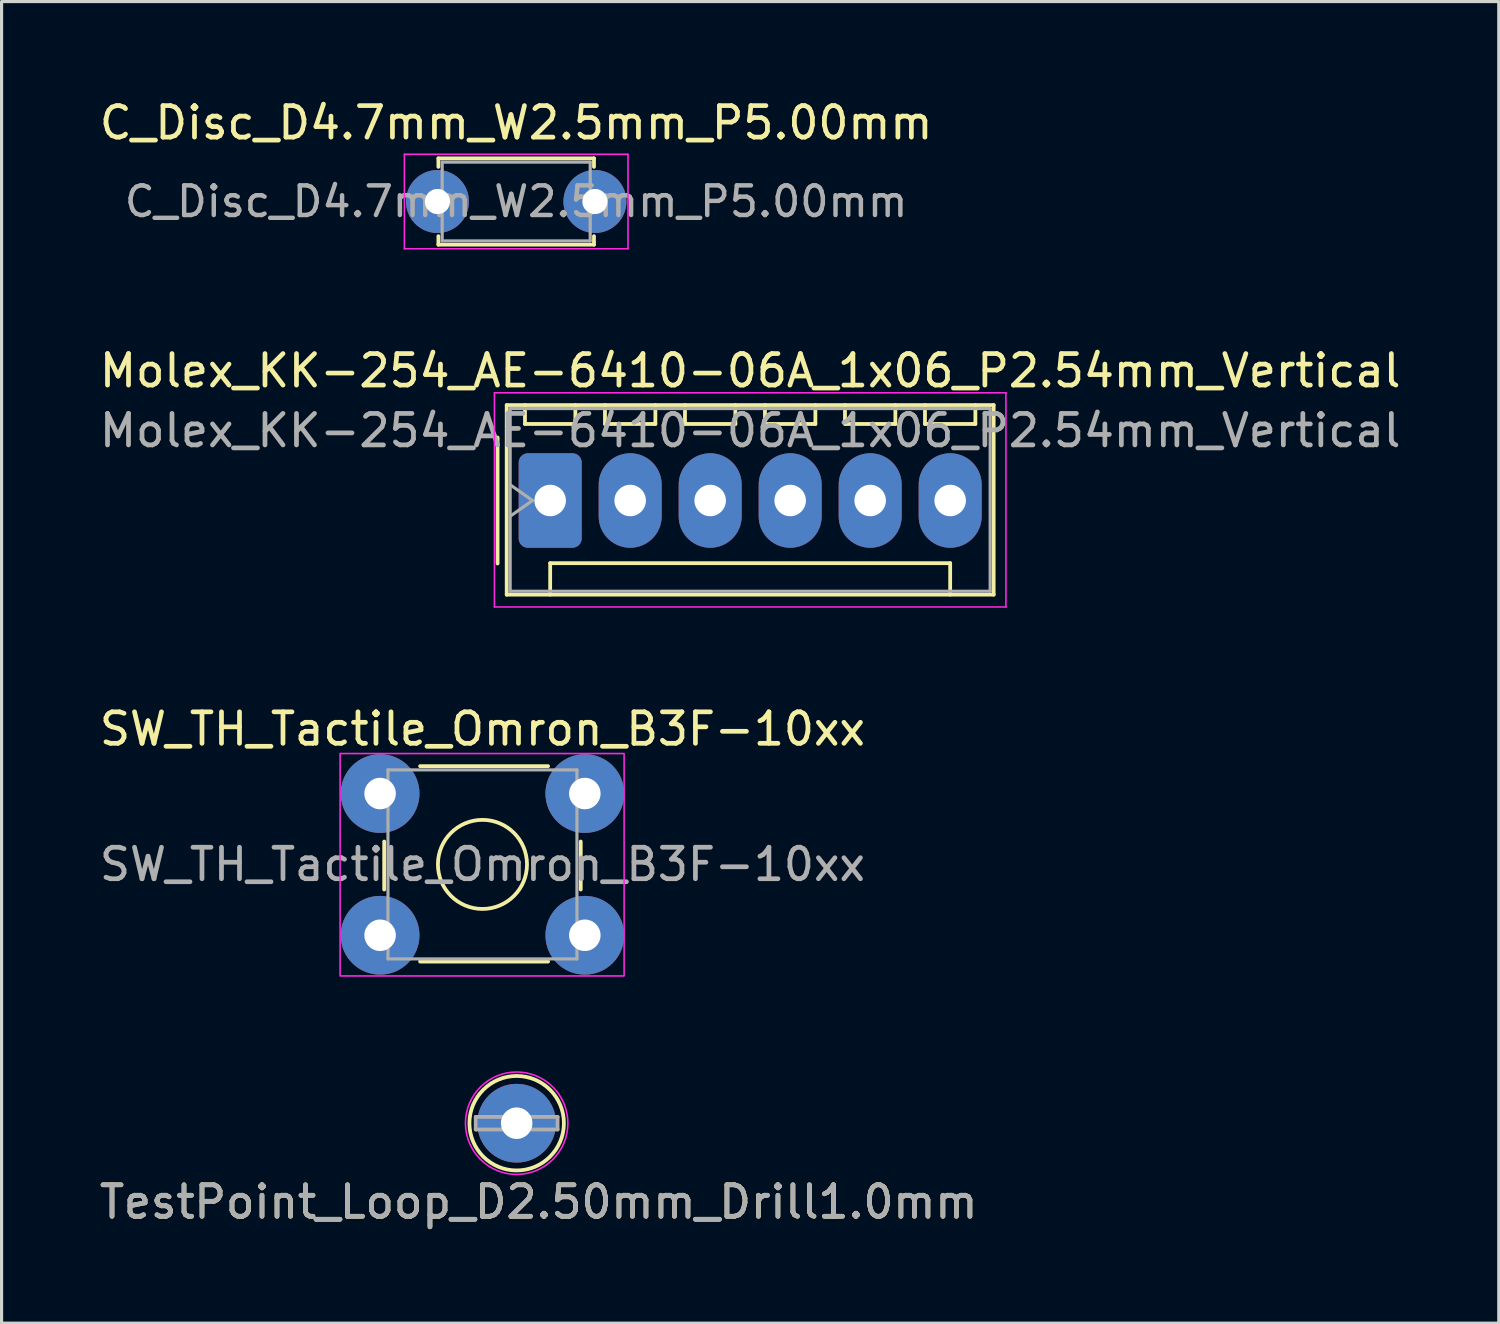
<source format=kicad_pcb>
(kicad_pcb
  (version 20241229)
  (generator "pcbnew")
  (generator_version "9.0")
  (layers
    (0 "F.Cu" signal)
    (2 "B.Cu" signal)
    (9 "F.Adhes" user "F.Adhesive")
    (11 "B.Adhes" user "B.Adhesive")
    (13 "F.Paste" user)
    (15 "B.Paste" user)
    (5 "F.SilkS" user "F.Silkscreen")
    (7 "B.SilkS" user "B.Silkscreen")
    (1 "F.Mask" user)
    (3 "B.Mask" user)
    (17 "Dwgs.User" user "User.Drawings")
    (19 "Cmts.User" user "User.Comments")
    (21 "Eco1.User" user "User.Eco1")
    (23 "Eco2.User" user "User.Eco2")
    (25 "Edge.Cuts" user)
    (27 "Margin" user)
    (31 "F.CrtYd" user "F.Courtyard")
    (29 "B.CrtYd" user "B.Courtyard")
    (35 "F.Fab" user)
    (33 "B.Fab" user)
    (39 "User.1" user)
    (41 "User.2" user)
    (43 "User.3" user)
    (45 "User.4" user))
  (footprint "Molex_KK-254_AE-6410-06A_1x06_P2.54mm_Vertical"
    (layer "F.Cu")
    (at 14.418 12.841)
    (property "Reference" "Molex_KK-254_AE-6410-06A_1x06_P2.54mm_Vertical" (at 6.35 -4.12 0) (layer "F.SilkS") (effects (font (size 1 1) (thickness 0.15))))
    (attr through_hole)
    (fp_line (start -1.67 -2) (end -1.67 2) (stroke (width 0.12) (type solid)) (layer "F.SilkS"))
    (fp_line (start -1.38 -3.03) (end -1.38 2.99) (stroke (width 0.12) (type solid)) (layer "F.SilkS"))
    (fp_line (start -1.38 2.99) (end 14.08 2.99) (stroke (width 0.12) (type solid)) (layer "F.SilkS"))
    (fp_line (start -0.8 -3.03) (end -0.8 -2.43) (stroke (width 0.12) (type solid)) (layer "F.SilkS"))
    (fp_line (start -0.8 -2.43) (end 0.8 -2.43) (stroke (width 0.12) (type solid)) (layer "F.SilkS"))
    (fp_line (start 0 1.99) (end 12.7 1.99) (stroke (width 0.12) (type solid)) (layer "F.SilkS"))
    (fp_line (start 0 2.99) (end 0 1.99) (stroke (width 0.12) (type solid)) (layer "F.SilkS"))
    (fp_line (start 0.8 -2.43) (end 0.8 -3.03) (stroke (width 0.12) (type solid)) (layer "F.SilkS"))
    (fp_line (start 1.74 -3.03) (end 1.74 -2.43) (stroke (width 0.12) (type solid)) (layer "F.SilkS"))
    (fp_line (start 1.74 -2.43) (end 3.34 -2.43) (stroke (width 0.12) (type solid)) (layer "F.SilkS"))
    (fp_line (start 3.34 -2.43) (end 3.34 -3.03) (stroke (width 0.12) (type solid)) (layer "F.SilkS"))
    (fp_line (start 4.28 -3.03) (end 4.28 -2.43) (stroke (width 0.12) (type solid)) (layer "F.SilkS"))
    (fp_line (start 4.28 -2.43) (end 5.88 -2.43) (stroke (width 0.12) (type solid)) (layer "F.SilkS"))
    (fp_line (start 5.88 -2.43) (end 5.88 -3.03) (stroke (width 0.12) (type solid)) (layer "F.SilkS"))
    (fp_line (start 6.82 -3.03) (end 6.82 -2.43) (stroke (width 0.12) (type solid)) (layer "F.SilkS"))
    (fp_line (start 6.82 -2.43) (end 8.42 -2.43) (stroke (width 0.12) (type solid)) (layer "F.SilkS"))
    (fp_line (start 8.42 -2.43) (end 8.42 -3.03) (stroke (width 0.12) (type solid)) (layer "F.SilkS"))
    (fp_line (start 9.36 -3.03) (end 9.36 -2.43) (stroke (width 0.12) (type solid)) (layer "F.SilkS"))
    (fp_line (start 9.36 -2.43) (end 10.96 -2.43) (stroke (width 0.12) (type solid)) (layer "F.SilkS"))
    (fp_line (start 10.96 -2.43) (end 10.96 -3.03) (stroke (width 0.12) (type solid)) (layer "F.SilkS"))
    (fp_line (start 11.9 -3.03) (end 11.9 -2.43) (stroke (width 0.12) (type solid)) (layer "F.SilkS"))
    (fp_line (start 11.9 -2.43) (end 13.5 -2.43) (stroke (width 0.12) (type solid)) (layer "F.SilkS"))
    (fp_line (start 12.7 1.99) (end 12.7 2.99) (stroke (width 0.12) (type solid)) (layer "F.SilkS"))
    (fp_line (start 13.5 -2.43) (end 13.5 -3.03) (stroke (width 0.12) (type solid)) (layer "F.SilkS"))
    (fp_line (start 14.08 -3.03) (end -1.38 -3.03) (stroke (width 0.12) (type solid)) (layer "F.SilkS"))
    (fp_line (start 14.08 2.99) (end 14.08 -3.03) (stroke (width 0.12) (type solid)) (layer "F.SilkS"))
    (fp_line (start -1.77 -3.42) (end -1.77 3.38) (stroke (width 0.05) (type solid)) (layer "F.CrtYd"))
    (fp_line (start -1.77 3.38) (end 14.47 3.38) (stroke (width 0.05) (type solid)) (layer "F.CrtYd"))
    (fp_line (start 14.47 -3.42) (end -1.77 -3.42) (stroke (width 0.05) (type solid)) (layer "F.CrtYd"))
    (fp_line (start 14.47 3.38) (end 14.47 -3.42) (stroke (width 0.05) (type solid)) (layer "F.CrtYd"))
    (fp_line (start -1.27 -2.92) (end -1.27 2.88) (stroke (width 0.1) (type solid)) (layer "F.Fab"))
    (fp_line (start -1.27 -0.5) (end -0.563 0) (stroke (width 0.1) (type solid)) (layer "F.Fab"))
    (fp_line (start -1.27 2.88) (end 13.97 2.88) (stroke (width 0.1) (type solid)) (layer "F.Fab"))
    (fp_line (start -0.563 0) (end -1.27 0.5) (stroke (width 0.1) (type solid)) (layer "F.Fab"))
    (fp_line (start 13.97 -2.92) (end -1.27 -2.92) (stroke (width 0.1) (type solid)) (layer "F.Fab"))
    (fp_line (start 13.97 2.88) (end 13.97 -2.92) (stroke (width 0.1) (type solid)) (layer "F.Fab"))
    (fp_text user "${REFERENCE}" (at 6.35 -2.22 0) (layer "F.Fab") (effects (font (size 1 1) (thickness 0.15))))
    (pad "1" thru_hole roundrect (at 0 0) (size 2 3) (drill 1) (layers "*.Cu" "*.Mask") (roundrect_rratio 0.144))
    (pad "2" thru_hole oval (at 2.54 0) (size 2 3) (drill 1) (layers "*.Cu" "*.Mask"))
    (pad "3" thru_hole oval (at 5.08 0) (size 2 3) (drill 1) (layers "*.Cu" "*.Mask"))
    (pad "4" thru_hole oval (at 7.62 0) (size 2 3) (drill 1) (layers "*.Cu" "*.Mask"))
    (pad "5" thru_hole oval (at 10.16 0) (size 2 3) (drill 1) (layers "*.Cu" "*.Mask"))
    (pad "6" thru_hole oval (at 12.7 0) (size 2 3) (drill 1) (layers "*.Cu" "*.Mask")))
  (footprint "SW_TH_Tactile_Omron_B3F-10xx"
    (layer "F.Cu")
    (at 9.018 22.145)
    (property "Reference" "SW_TH_Tactile_Omron_B3F-10xx" (at 3.25 -2.05 0) (layer "F.SilkS") (effects (font (size 1 1) (thickness 0.15))))
    (attr through_hole)
    (fp_line (start 0.13 3.048) (end 0.13 1.524) (stroke (width 0.12) (type solid)) (layer "F.SilkS"))
    (fp_line (start 1.27 -0.87) (end 5.334 -0.87) (stroke (width 0.12) (type solid)) (layer "F.SilkS"))
    (fp_line (start 1.27 5.334) (end 5.334 5.334) (stroke (width 0.12) (type solid)) (layer "F.SilkS"))
    (fp_line (start 6.37 1.524) (end 6.37 3.048) (stroke (width 0.12) (type solid)) (layer "F.SilkS"))
    (fp_circle (center 3.25 2.25) (end 4.25 3.25) (stroke (width 0.12) (type solid)) (fill no) (layer "F.SilkS"))
    (fp_rect (start -1.27 -1.27) (end 7.747 5.791) (stroke (width 0.05) (type solid)) (fill no) (layer "F.CrtYd"))
    (fp_line (start 0.25 -0.75) (end 0.25 5.25) (stroke (width 0.1) (type solid)) (layer "F.Fab"))
    (fp_line (start 0.25 -0.75) (end 6.25 -0.75) (stroke (width 0.1) (type solid)) (layer "F.Fab"))
    (fp_line (start 0.25 5.25) (end 6.25 5.25) (stroke (width 0.1) (type solid)) (layer "F.Fab"))
    (fp_line (start 6.25 -0.75) (end 6.25 5.25) (stroke (width 0.1) (type solid)) (layer "F.Fab"))
    (fp_text user "${REFERENCE}" (at 3.25 2.25 0) (layer "F.Fab") (effects (font (size 1 1) (thickness 0.15))))
    (pad "1" thru_hole circle (at 0 0) (size 2.5 2.5) (drill 1) (layers "*.Cu" "*.Mask"))
    (pad "2" thru_hole circle (at 0 4.5) (size 2.5 2.5) (drill 1) (layers "*.Cu" "*.Mask"))
    (pad "3" thru_hole circle (at 6.5 0) (size 2.5 2.5) (drill 1) (layers "*.Cu" "*.Mask"))
    (pad "4" thru_hole circle (at 6.5 4.5) (size 2.5 2.5) (drill 1) (layers "*.Cu" "*.Mask")))
  (footprint "TestPoint_Loop_D2.50mm_Drill1.0mm"
    (layer "F.Cu")
    (at 13.354 32.612)
    (property "Reference" "TestPoint_Loop_D2.50mm_Drill1.0mm" (at 0.7 2.5 0) (layer "F.SilkS") (effects (font (size 1 1) (thickness 0.15))))
    (attr through_hole)
    (fp_circle (center 0 0) (end 1.5 0) (stroke (width 0.12) (type solid)) (fill no) (layer "F.SilkS"))
    (fp_circle (center 0 0) (end 1.626 0) (stroke (width 0.05) (type solid)) (fill no) (layer "F.CrtYd"))
    (fp_line (start -1.3 -0.2) (end -1.3 0.2) (stroke (width 0.12) (type solid)) (layer "F.Fab"))
    (fp_line (start -1.3 0.2) (end 1.3 0.2) (stroke (width 0.12) (type solid)) (layer "F.Fab"))
    (fp_line (start 1.3 -0.2) (end -1.3 -0.2) (stroke (width 0.12) (type solid)) (layer "F.Fab"))
    (fp_line (start 1.3 0.2) (end 1.3 -0.2) (stroke (width 0.12) (type solid)) (layer "F.Fab"))
    (fp_text user "${REFERENCE}" (at 0.7 2.5 0) (layer "F.Fab") (effects (font (size 1 1) (thickness 0.15))))
    (pad "1" thru_hole circle (at 0 0) (size 2.5 2.5) (drill 1) (layers "*.Cu" "*.Mask")))
  (footprint "C_Disc_D4.7mm_W2.5mm_P5.00mm"
    (layer "F.Cu")
    (at 10.839 3.348)
    (property "Reference" "C_Disc_D4.7mm_W2.5mm_P5.00mm" (at 2.5 -2.5 0) (layer "F.SilkS") (effects (font (size 1 1) (thickness 0.15))))
    (attr through_hole)
    (fp_line (start 0.03 -1.37) (end 0.03 -1.1) (stroke (width 0.12) (type solid)) (layer "F.SilkS"))
    (fp_line (start 0.03 -1.37) (end 4.97 -1.37) (stroke (width 0.12) (type solid)) (layer "F.SilkS"))
    (fp_line (start 0.03 1.1) (end 0.03 1.37) (stroke (width 0.12) (type solid)) (layer "F.SilkS"))
    (fp_line (start 0.03 1.37) (end 4.97 1.37) (stroke (width 0.12) (type solid)) (layer "F.SilkS"))
    (fp_line (start 4.97 -1.37) (end 4.97 -1.1) (stroke (width 0.12) (type solid)) (layer "F.SilkS"))
    (fp_line (start 4.97 1.1) (end 4.97 1.37) (stroke (width 0.12) (type solid)) (layer "F.SilkS"))
    (fp_line (start -1.05 -1.5) (end -1.05 1.5) (stroke (width 0.05) (type solid)) (layer "F.CrtYd"))
    (fp_line (start -1.05 1.5) (end 6.05 1.5) (stroke (width 0.05) (type solid)) (layer "F.CrtYd"))
    (fp_line (start 6.05 -1.5) (end -1.05 -1.5) (stroke (width 0.05) (type solid)) (layer "F.CrtYd"))
    (fp_line (start 6.05 1.5) (end 6.05 -1.5) (stroke (width 0.05) (type solid)) (layer "F.CrtYd"))
    (fp_line (start 0.15 -1.25) (end 0.15 1.25) (stroke (width 0.1) (type solid)) (layer "F.Fab"))
    (fp_line (start 0.15 1.25) (end 4.85 1.25) (stroke (width 0.1) (type solid)) (layer "F.Fab"))
    (fp_line (start 4.85 -1.25) (end 0.15 -1.25) (stroke (width 0.1) (type solid)) (layer "F.Fab"))
    (fp_line (start 4.85 1.25) (end 4.85 -1.25) (stroke (width 0.1) (type solid)) (layer "F.Fab"))
    (fp_text user "${REFERENCE}" (at 2.5 0 0) (layer "F.Fab") (effects (font (size 0.94 0.94) (thickness 0.141))))
    (pad "1" thru_hole circle (at 0 0) (size 2 2) (drill 0.8) (layers "*.Cu" "*.Mask"))
    (pad "2" thru_hole circle (at 5 0) (size 2 2) (drill 0.8) (layers "*.Cu" "*.Mask")))
  (gr_rect
    (start -3 -3)
    (end 44.536 38.96)
    (stroke (width 0.1) (type default))
    (fill no)
    (layer "Edge.Cuts")))
</source>
